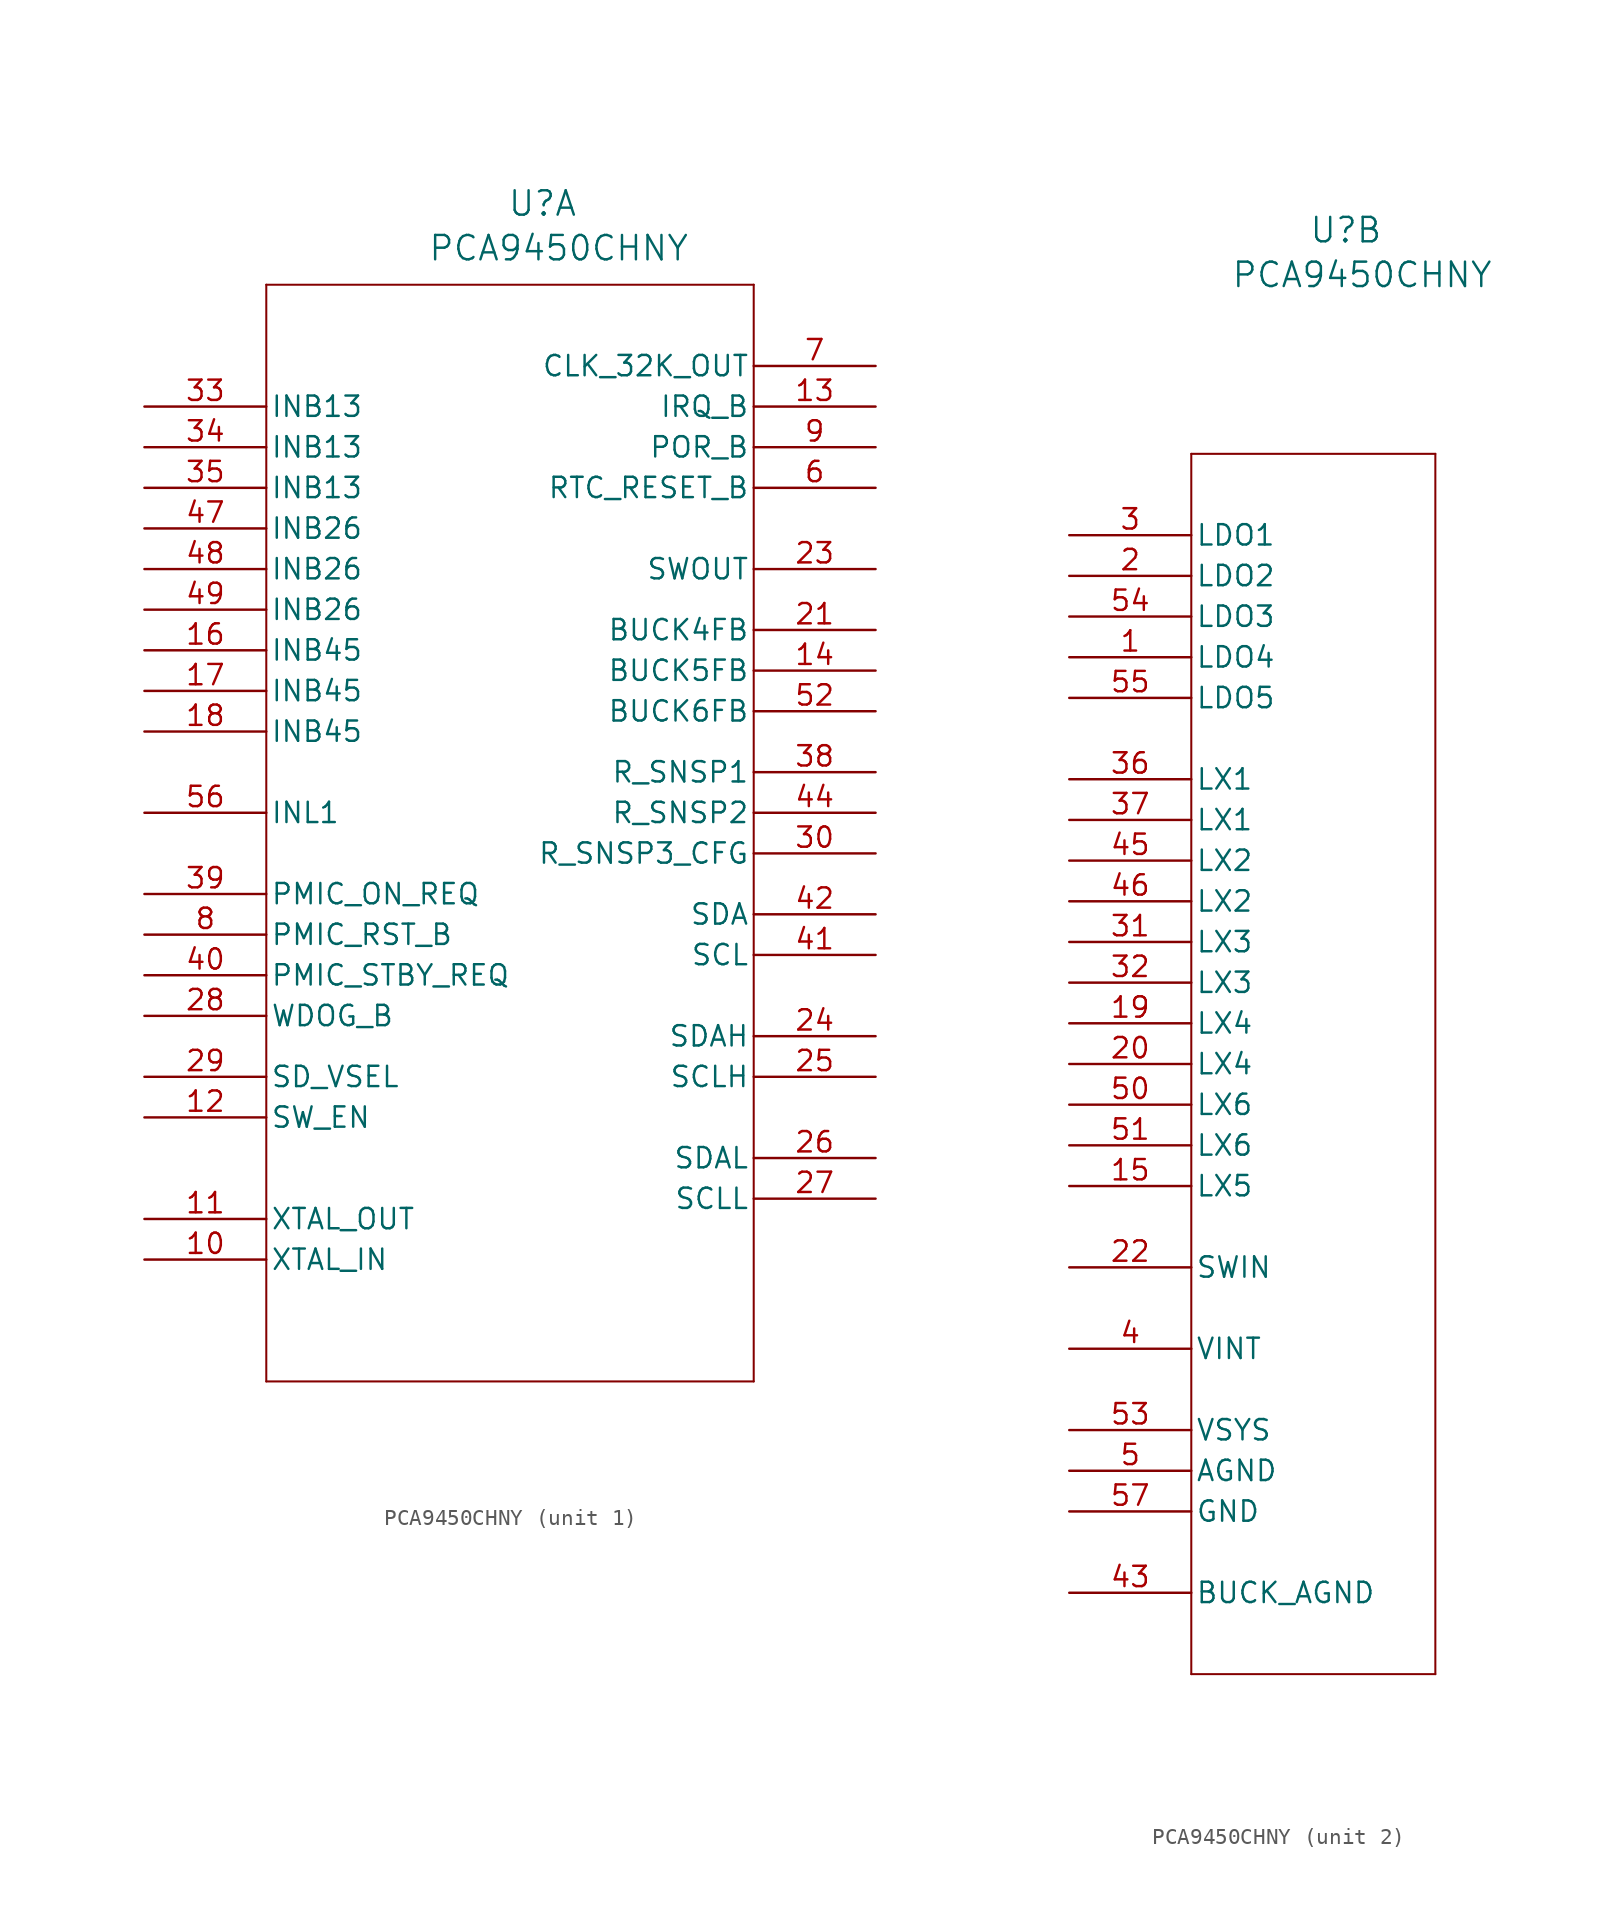
<source format=kicad_sym>
(kicad_symbol_lib
  (version 20231120)
  (generator "kicad_symbol_editor")
  (generator_version "8.0")
  (symbol "PCA9450CHNY"
    (pin_names
      (offset 0.254))
    (property "Reference" "U"
      (at 2.032 30.48 0)
      (effects (font (size 1.524 1.524))))
    (property "Value" "PCA9450CHNY"
      (at 3.048 27.686 0)
      (effects (font (size 1.524 1.524))))
    (property "ki_locked" ""
      (at 0 0 0)
      (effects (font (size 1.27 1.27))))
    (symbol "PCA9450CHNY_1_1"
      (polyline (pts (xy -15.24 -43.18) (xy 15.24 -43.18)) (stroke (width 0.127) (type default)) (fill (type none)))
      (polyline (pts (xy -15.24 25.4) (xy -15.24 -43.18)) (stroke (width 0.127) (type default)) (fill (type none)))
      (polyline (pts (xy 15.24 -43.18) (xy 15.24 25.4)) (stroke (width 0.127) (type default)) (fill (type none)))
      (polyline (pts (xy 15.24 25.4) (xy -15.24 25.4)) (stroke (width 0.127) (type default)) (fill (type none)))
      (pin unspecified line (at -22.86 -35.56 0) (length 7.62) (name "XTAL_IN" (effects (font (size 1.27 1.27)))) (number "10" (effects (font (size 1.27 1.27)))))
      (pin unspecified line (at -22.86 -33.02 0) (length 7.62) (name "XTAL_OUT" (effects (font (size 1.27 1.27)))) (number "11" (effects (font (size 1.27 1.27)))))
      (pin input line (at -22.86 -26.67 0) (length 7.62) (name "SW_EN" (effects (font (size 1.27 1.27)))) (number "12" (effects (font (size 1.27 1.27)))))
      (pin output line (at 22.86 17.78 180) (length 7.62) (name "IRQ_B" (effects (font (size 1.27 1.27)))) (number "13" (effects (font (size 1.27 1.27)))))
      (pin unspecified line (at 22.86 1.27 180) (length 7.62) (name "BUCK5FB" (effects (font (size 1.27 1.27)))) (number "14" (effects (font (size 1.27 1.27)))))
      (pin power_in line (at -22.86 2.54 0) (length 7.62) (name "INB45" (effects (font (size 1.27 1.27)))) (number "16" (effects (font (size 1.27 1.27)))))
      (pin power_in line (at -22.86 0 0) (length 7.62) (name "INB45" (effects (font (size 1.27 1.27)))) (number "17" (effects (font (size 1.27 1.27)))))
      (pin power_in line (at -22.86 -2.54 0) (length 7.62) (name "INB45" (effects (font (size 1.27 1.27)))) (number "18" (effects (font (size 1.27 1.27)))))
      (pin unspecified line (at 22.86 3.81 180) (length 7.62) (name "BUCK4FB" (effects (font (size 1.27 1.27)))) (number "21" (effects (font (size 1.27 1.27)))))
      (pin power_in line (at 22.86 7.62 180) (length 7.62) (name "SWOUT" (effects (font (size 1.27 1.27)))) (number "23" (effects (font (size 1.27 1.27)))))
      (pin bidirectional line (at 22.86 -21.59 180) (length 7.62) (name "SDAH" (effects (font (size 1.27 1.27)))) (number "24" (effects (font (size 1.27 1.27)))))
      (pin output line (at 22.86 -24.13 180) (length 7.62) (name "SCLH" (effects (font (size 1.27 1.27)))) (number "25" (effects (font (size 1.27 1.27)))))
      (pin bidirectional line (at 22.86 -29.21 180) (length 7.62) (name "SDAL" (effects (font (size 1.27 1.27)))) (number "26" (effects (font (size 1.27 1.27)))))
      (pin output line (at 22.86 -31.75 180) (length 7.62) (name "SCLL" (effects (font (size 1.27 1.27)))) (number "27" (effects (font (size 1.27 1.27)))))
      (pin input line (at -22.86 -20.32 0) (length 7.62) (name "WDOG_B" (effects (font (size 1.27 1.27)))) (number "28" (effects (font (size 1.27 1.27)))))
      (pin input line (at -22.86 -24.13 0) (length 7.62) (name "SD_VSEL" (effects (font (size 1.27 1.27)))) (number "29" (effects (font (size 1.27 1.27)))))
      (pin unspecified line (at 22.86 -10.16 180) (length 7.62) (name "R_SNSP3_CFG" (effects (font (size 1.27 1.27)))) (number "30" (effects (font (size 1.27 1.27)))))
      (pin power_in line (at -22.86 17.78 0) (length 7.62) (name "INB13" (effects (font (size 1.27 1.27)))) (number "33" (effects (font (size 1.27 1.27)))))
      (pin power_in line (at -22.86 15.24 0) (length 7.62) (name "INB13" (effects (font (size 1.27 1.27)))) (number "34" (effects (font (size 1.27 1.27)))))
      (pin power_in line (at -22.86 12.7 0) (length 7.62) (name "INB13" (effects (font (size 1.27 1.27)))) (number "35" (effects (font (size 1.27 1.27)))))
      (pin unspecified line (at 22.86 -5.08 180) (length 7.62) (name "R_SNSP1" (effects (font (size 1.27 1.27)))) (number "38" (effects (font (size 1.27 1.27)))))
      (pin input line (at -22.86 -12.7 0) (length 7.62) (name "PMIC_ON_REQ" (effects (font (size 1.27 1.27)))) (number "39" (effects (font (size 1.27 1.27)))))
      (pin input line (at -22.86 -17.78 0) (length 7.62) (name "PMIC_STBY_REQ" (effects (font (size 1.27 1.27)))) (number "40" (effects (font (size 1.27 1.27)))))
      (pin input line (at 22.86 -16.51 180) (length 7.62) (name "SCL" (effects (font (size 1.27 1.27)))) (number "41" (effects (font (size 1.27 1.27)))))
      (pin bidirectional line (at 22.86 -13.97 180) (length 7.62) (name "SDA" (effects (font (size 1.27 1.27)))) (number "42" (effects (font (size 1.27 1.27)))))
      (pin unspecified line (at 22.86 -7.62 180) (length 7.62) (name "R_SNSP2" (effects (font (size 1.27 1.27)))) (number "44" (effects (font (size 1.27 1.27)))))
      (pin power_in line (at -22.86 10.16 0) (length 7.62) (name "INB26" (effects (font (size 1.27 1.27)))) (number "47" (effects (font (size 1.27 1.27)))))
      (pin power_in line (at -22.86 7.62 0) (length 7.62) (name "INB26" (effects (font (size 1.27 1.27)))) (number "48" (effects (font (size 1.27 1.27)))))
      (pin power_in line (at -22.86 5.08 0) (length 7.62) (name "INB26" (effects (font (size 1.27 1.27)))) (number "49" (effects (font (size 1.27 1.27)))))
      (pin unspecified line (at 22.86 -1.27 180) (length 7.62) (name "BUCK6FB" (effects (font (size 1.27 1.27)))) (number "52" (effects (font (size 1.27 1.27)))))
      (pin power_in line (at -22.86 -7.62 0) (length 7.62) (name "INL1" (effects (font (size 1.27 1.27)))) (number "56" (effects (font (size 1.27 1.27)))))
      (pin output line (at 22.86 12.7 180) (length 7.62) (name "RTC_RESET_B" (effects (font (size 1.27 1.27)))) (number "6" (effects (font (size 1.27 1.27)))))
      (pin output line (at 22.86 20.32 180) (length 7.62) (name "CLK_32K_OUT" (effects (font (size 1.27 1.27)))) (number "7" (effects (font (size 1.27 1.27)))))
      (pin input line (at -22.86 -15.24 0) (length 7.62) (name "PMIC_RST_B" (effects (font (size 1.27 1.27)))) (number "8" (effects (font (size 1.27 1.27)))))
      (pin output line (at 22.86 15.24 180) (length 7.62) (name "POR_B" (effects (font (size 1.27 1.27)))) (number "9" (effects (font (size 1.27 1.27))))))
    (symbol "PCA9450CHNY_2_1"
      (polyline (pts (xy -7.62 -59.69) (xy 7.62 -59.69)) (stroke (width 0.127) (type default)) (fill (type none)))
      (polyline (pts (xy -7.62 16.51) (xy -7.62 -59.69)) (stroke (width 0.127) (type default)) (fill (type none)))
      (polyline (pts (xy 7.62 -59.69) (xy 7.62 16.51)) (stroke (width 0.127) (type default)) (fill (type none)))
      (polyline (pts (xy 7.62 16.51) (xy -7.62 16.51)) (stroke (width 0.127) (type default)) (fill (type none)))
      (pin power_in line (at -15.24 3.81 0) (length 7.62) (name "LDO4" (effects (font (size 1.27 1.27)))) (number "1" (effects (font (size 1.27 1.27)))))
      (pin power_in line (at -15.24 -29.21 0) (length 7.62) (name "LX5" (effects (font (size 1.27 1.27)))) (number "15" (effects (font (size 1.27 1.27)))))
      (pin power_in line (at -15.24 -19.05 0) (length 7.62) (name "LX4" (effects (font (size 1.27 1.27)))) (number "19" (effects (font (size 1.27 1.27)))))
      (pin power_in line (at -15.24 8.89 0) (length 7.62) (name "LDO2" (effects (font (size 1.27 1.27)))) (number "2" (effects (font (size 1.27 1.27)))))
      (pin power_in line (at -15.24 -21.59 0) (length 7.62) (name "LX4" (effects (font (size 1.27 1.27)))) (number "20" (effects (font (size 1.27 1.27)))))
      (pin power_in line (at -15.24 -34.29 0) (length 7.62) (name "SWIN" (effects (font (size 1.27 1.27)))) (number "22" (effects (font (size 1.27 1.27)))))
      (pin power_in line (at -15.24 11.43 0) (length 7.62) (name "LDO1" (effects (font (size 1.27 1.27)))) (number "3" (effects (font (size 1.27 1.27)))))
      (pin power_in line (at -15.24 -13.97 0) (length 7.62) (name "LX3" (effects (font (size 1.27 1.27)))) (number "31" (effects (font (size 1.27 1.27)))))
      (pin power_in line (at -15.24 -16.51 0) (length 7.62) (name "LX3" (effects (font (size 1.27 1.27)))) (number "32" (effects (font (size 1.27 1.27)))))
      (pin power_in line (at -15.24 -3.81 0) (length 7.62) (name "LX1" (effects (font (size 1.27 1.27)))) (number "36" (effects (font (size 1.27 1.27)))))
      (pin power_in line (at -15.24 -6.35 0) (length 7.62) (name "LX1" (effects (font (size 1.27 1.27)))) (number "37" (effects (font (size 1.27 1.27)))))
      (pin power_in line (at -15.24 -39.37 0) (length 7.62) (name "VINT" (effects (font (size 1.27 1.27)))) (number "4" (effects (font (size 1.27 1.27)))))
      (pin power_out line (at -15.24 -54.61 0) (length 7.62) (name "BUCK_AGND" (effects (font (size 1.27 1.27)))) (number "43" (effects (font (size 1.27 1.27)))))
      (pin power_in line (at -15.24 -8.89 0) (length 7.62) (name "LX2" (effects (font (size 1.27 1.27)))) (number "45" (effects (font (size 1.27 1.27)))))
      (pin power_in line (at -15.24 -11.43 0) (length 7.62) (name "LX2" (effects (font (size 1.27 1.27)))) (number "46" (effects (font (size 1.27 1.27)))))
      (pin power_out line (at -15.24 -46.99 0) (length 7.62) (name "AGND" (effects (font (size 1.27 1.27)))) (number "5" (effects (font (size 1.27 1.27)))))
      (pin power_in line (at -15.24 -24.13 0) (length 7.62) (name "LX6" (effects (font (size 1.27 1.27)))) (number "50" (effects (font (size 1.27 1.27)))))
      (pin power_in line (at -15.24 -26.67 0) (length 7.62) (name "LX6" (effects (font (size 1.27 1.27)))) (number "51" (effects (font (size 1.27 1.27)))))
      (pin power_in line (at -15.24 -44.45 0) (length 7.62) (name "VSYS" (effects (font (size 1.27 1.27)))) (number "53" (effects (font (size 1.27 1.27)))))
      (pin power_in line (at -15.24 6.35 0) (length 7.62) (name "LDO3" (effects (font (size 1.27 1.27)))) (number "54" (effects (font (size 1.27 1.27)))))
      (pin power_in line (at -15.24 1.27 0) (length 7.62) (name "LDO5" (effects (font (size 1.27 1.27)))) (number "55" (effects (font (size 1.27 1.27)))))
      (pin power_out line (at -15.24 -49.53 0) (length 7.62) (name "GND" (effects (font (size 1.27 1.27)))) (number "57" (effects (font (size 1.27 1.27))))))))
</source>
